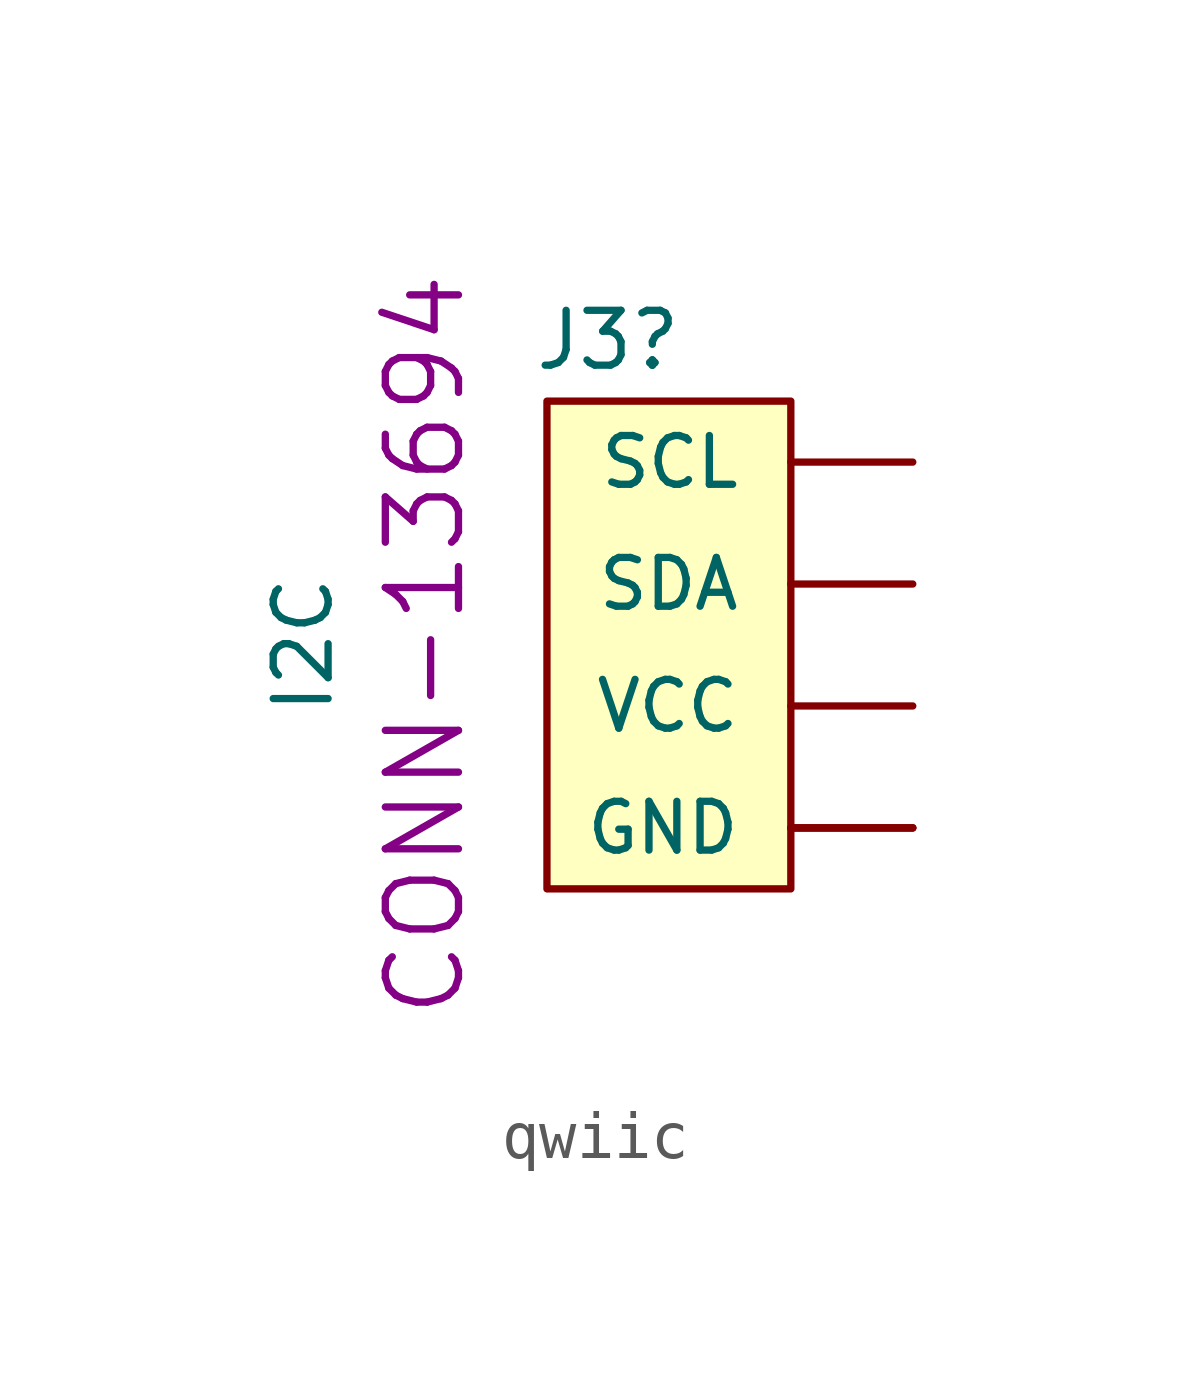
<source format=kicad_sym>
(kicad_symbol_lib
  (version 20220914)
  (generator kicad_symbol_editor)
  (symbol "qwiic"
    (pin_numbers hide)
    (pin_names
      (offset 1.016))
    (property "Reference" "J3"
      (at -3.81 10.16 0)
      (effects (font (size 1.143 1.143))))
    (property "Value" "I2C"
      (at -10.16 3.81 90)
      (effects (font (size 1.143 1.143))))
    (property "Field4" "CONN-13694"
      (at -7.62 3.81 90)
      (effects (font (size 1.524 1.524))))
    (property "ki_locked" ""
      (at 0 0 0)
      (effects (font (size 1.27 1.27))))
    (symbol "qwiic_1_0"
      (rectangle (start 0 -1.27) (end -5.08 8.89) (stroke (width 0) (type default)) (fill (type background))))
    (symbol "qwiic_1_1"
      (pin power_in line (at 2.54 0 180) (length 2.54) (name "GND" (effects (font (size 1.016 1.016)))) (number "1" (effects (font (size 1.016 1.016)))))
      (pin power_in line (at 2.54 2.54 180) (length 2.54) (name "VCC" (effects (font (size 1.016 1.016)))) (number "2" (effects (font (size 1.016 1.016)))))
      (pin passive line (at 2.54 5.08 180) (length 2.54) (name "SDA" (effects (font (size 1.016 1.016)))) (number "3" (effects (font (size 1.016 1.016)))))
      (pin passive line (at 2.54 7.62 180) (length 2.54) (name "SCL" (effects (font (size 1.016 1.016)))) (number "4" (effects (font (size 1.016 1.016)))))
      (pin power_in line (at 2.54 0 180) (length 2.54) (name "~" (effects (font (size 1.27 1.27)))) (number "5" (effects (font (size 1.27 1.27)))))
      (pin power_in line (at 2.54 0 180) (length 2.54) (name "~" (effects (font (size 1.27 1.27)))) (number "6" (effects (font (size 1.27 1.27))))))))
</source>
